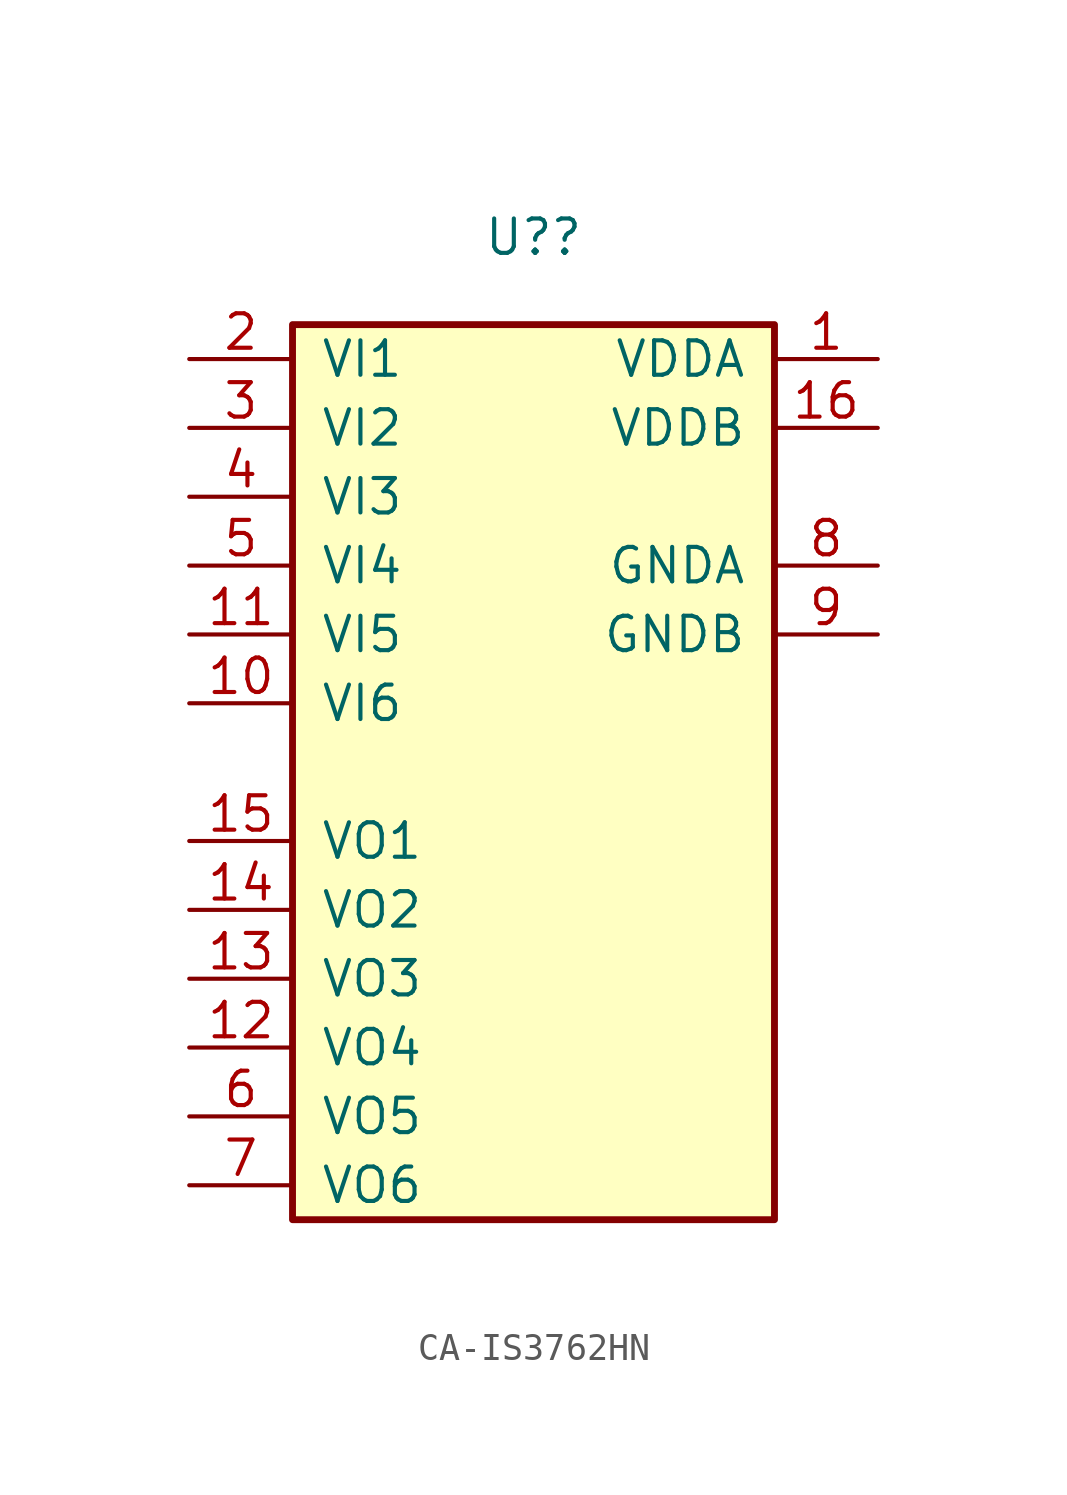
<source format=kicad_sym>
(kicad_symbol_lib
  (version 20241209)
  (generator "kicad_symbol_editor")
  (generator_version "9.0")
  (symbol "CA-IS3762HN"
    (pin_names
      (offset 1.014))
    (property "Reference" "U?"
      (at 0 19.736 0)
      (effects (font (size 1.27 1.27))))
    (symbol "CA-IS3762HN_1_1"
      (rectangle (start -8.89 -16.51) (end 8.89 16.51) (stroke (width 0.254) (type default)) (fill (type background)))
      (pin passive line (at -12.7 15.24 0) (length 3.81) (name "VI1" (effects (font (size 1.27 1.27)))) (number "2" (effects (font (size 1.27 1.27)))))
      (pin passive line (at -12.7 12.7 0) (length 3.81) (name "VI2" (effects (font (size 1.27 1.27)))) (number "3" (effects (font (size 1.27 1.27)))))
      (pin passive line (at -12.7 10.16 0) (length 3.81) (name "VI3" (effects (font (size 1.27 1.27)))) (number "4" (effects (font (size 1.27 1.27)))))
      (pin passive line (at -12.7 7.62 0) (length 3.81) (name "VI4" (effects (font (size 1.27 1.27)))) (number "5" (effects (font (size 1.27 1.27)))))
      (pin passive line (at -12.7 5.08 0) (length 3.81) (name "VI5" (effects (font (size 1.27 1.27)))) (number "11" (effects (font (size 1.27 1.27)))))
      (pin passive line (at -12.7 2.54 0) (length 3.81) (name "VI6" (effects (font (size 1.27 1.27)))) (number "10" (effects (font (size 1.27 1.27)))))
      (pin passive line (at -12.7 -2.54 0) (length 3.81) (name "VO1" (effects (font (size 1.27 1.27)))) (number "15" (effects (font (size 1.27 1.27)))))
      (pin passive line (at -12.7 -5.08 0) (length 3.81) (name "VO2" (effects (font (size 1.27 1.27)))) (number "14" (effects (font (size 1.27 1.27)))))
      (pin passive line (at -12.7 -7.62 0) (length 3.81) (name "VO3" (effects (font (size 1.27 1.27)))) (number "13" (effects (font (size 1.27 1.27)))))
      (pin passive line (at -12.7 -10.16 0) (length 3.81) (name "VO4" (effects (font (size 1.27 1.27)))) (number "12" (effects (font (size 1.27 1.27)))))
      (pin passive line (at -12.7 -12.7 0) (length 3.81) (name "VO5" (effects (font (size 1.27 1.27)))) (number "6" (effects (font (size 1.27 1.27)))))
      (pin passive line (at -12.7 -15.24 0) (length 3.81) (name "VO6" (effects (font (size 1.27 1.27)))) (number "7" (effects (font (size 1.27 1.27)))))
      (pin passive line (at 12.7 15.24 180) (length 3.81) (name "VDDA" (effects (font (size 1.27 1.27)))) (number "1" (effects (font (size 1.27 1.27)))))
      (pin passive line (at 12.7 12.7 180) (length 3.81) (name "VDDB" (effects (font (size 1.27 1.27)))) (number "16" (effects (font (size 1.27 1.27)))))
      (pin passive line (at 12.7 7.62 180) (length 3.81) (name "GNDA" (effects (font (size 1.27 1.27)))) (number "8" (effects (font (size 1.27 1.27)))))
      (pin passive line (at 12.7 5.08 180) (length 3.81) (name "GNDB" (effects (font (size 1.27 1.27)))) (number "9" (effects (font (size 1.27 1.27))))))))
</source>
